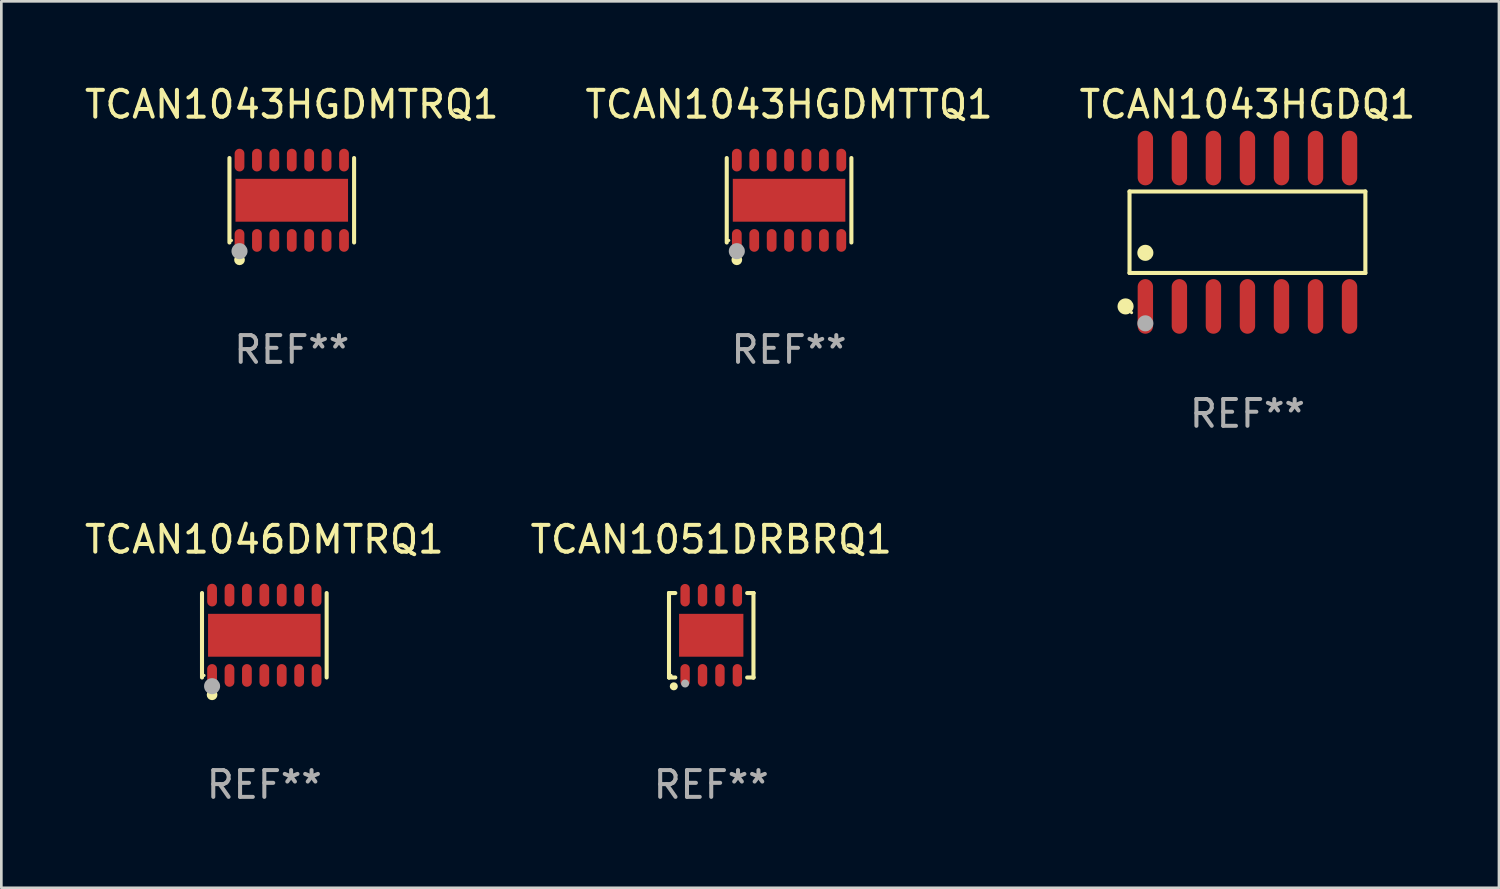
<source format=kicad_pcb>
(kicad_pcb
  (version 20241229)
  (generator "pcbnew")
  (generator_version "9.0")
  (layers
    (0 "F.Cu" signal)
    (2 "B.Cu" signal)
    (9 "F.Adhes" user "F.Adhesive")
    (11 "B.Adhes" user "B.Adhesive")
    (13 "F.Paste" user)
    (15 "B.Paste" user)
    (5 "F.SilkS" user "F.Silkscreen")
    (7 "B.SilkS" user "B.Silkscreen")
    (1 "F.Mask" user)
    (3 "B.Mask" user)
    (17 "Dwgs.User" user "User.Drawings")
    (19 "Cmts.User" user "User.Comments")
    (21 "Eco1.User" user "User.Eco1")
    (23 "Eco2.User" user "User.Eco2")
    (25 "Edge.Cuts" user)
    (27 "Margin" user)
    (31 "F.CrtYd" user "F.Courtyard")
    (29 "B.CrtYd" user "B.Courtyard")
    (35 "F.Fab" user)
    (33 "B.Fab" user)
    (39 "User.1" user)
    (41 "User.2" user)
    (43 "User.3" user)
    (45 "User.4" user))
  (footprint "TCAN1043HGDMTRQ1"
    (layer "F.Cu")
    (at 7.839 4.424)
    (property "Reference" "TCAN1043HGDMTRQ1" (at 0 -3.576 0) (layer "F.SilkS") (effects (font (size 1 1) (thickness 0.15))))
    (attr through_hole)
    (fp_line (start -2.326 1.576) (end -2.326 -1.576) (stroke (width 0.152) (type solid)) (layer "F.SilkS"))
    (fp_line (start 2.326 -1.576) (end 2.326 1.576) (stroke (width 0.152) (type solid)) (layer "F.SilkS"))
    (fp_circle (center -2.25 1.5) (end -2.22 1.5) (stroke (width 0.06) (type solid)) (fill no) (layer "F.SilkS"))
    (fp_circle (center -1.95 2.222) (end -1.85 2.222) (stroke (width 0.2) (type solid)) (fill no) (layer "F.SilkS"))
    (fp_circle (center -1.95 1.9) (end -1.8 1.9) (stroke (width 0.3) (type solid)) (fill no) (layer "F.Fab"))
    (fp_text user "REF**" (at 0 5.576 0) (layer "F.Fab") (effects (font (size 1 1) (thickness 0.15))))
    (pad "1" smd oval (at -1.95 1.499) (size 0.364 0.847) (layers "F.Cu" "F.Mask" "F.Paste"))
    (pad "2" smd oval (at -1.3 1.499) (size 0.364 0.847) (layers "F.Cu" "F.Mask" "F.Paste"))
    (pad "3" smd oval (at -0.65 1.499) (size 0.364 0.847) (layers "F.Cu" "F.Mask" "F.Paste"))
    (pad "4" smd oval (at 0 1.499) (size 0.364 0.847) (layers "F.Cu" "F.Mask" "F.Paste"))
    (pad "5" smd oval (at 0.65 1.499) (size 0.364 0.847) (layers "F.Cu" "F.Mask" "F.Paste"))
    (pad "6" smd oval (at 1.3 1.499) (size 0.364 0.847) (layers "F.Cu" "F.Mask" "F.Paste"))
    (pad "7" smd oval (at 1.95 1.499) (size 0.364 0.847) (layers "F.Cu" "F.Mask" "F.Paste"))
    (pad "8" smd oval (at 1.95 -1.499) (size 0.364 0.847) (layers "F.Cu" "F.Mask" "F.Paste"))
    (pad "9" smd oval (at 1.3 -1.499) (size 0.364 0.847) (layers "F.Cu" "F.Mask" "F.Paste"))
    (pad "10" smd oval (at 0.65 -1.499) (size 0.364 0.847) (layers "F.Cu" "F.Mask" "F.Paste"))
    (pad "11" smd oval (at 0 -1.499) (size 0.364 0.847) (layers "F.Cu" "F.Mask" "F.Paste"))
    (pad "12" smd oval (at -0.65 -1.499) (size 0.364 0.847) (layers "F.Cu" "F.Mask" "F.Paste"))
    (pad "13" smd oval (at -1.3 -1.499) (size 0.364 0.847) (layers "F.Cu" "F.Mask" "F.Paste"))
    (pad "14" smd oval (at -1.95 -1.499) (size 0.364 0.847) (layers "F.Cu" "F.Mask" "F.Paste"))
    (pad "15" smd rect (at 0 0) (size 4.2 1.6) (layers "F.Cu" "F.Mask" "F.Paste")))
  (footprint "TCAN1043HGDMTTQ1"
    (layer "F.Cu")
    (at 26.399 4.424)
    (property "Reference" "TCAN1043HGDMTTQ1" (at 0 -3.576 0) (layer "F.SilkS") (effects (font (size 1 1) (thickness 0.15))))
    (attr through_hole)
    (fp_line (start -2.326 1.576) (end -2.326 -1.576) (stroke (width 0.152) (type solid)) (layer "F.SilkS"))
    (fp_line (start 2.326 -1.576) (end 2.326 1.576) (stroke (width 0.152) (type solid)) (layer "F.SilkS"))
    (fp_circle (center -2.25 1.5) (end -2.22 1.5) (stroke (width 0.06) (type solid)) (fill no) (layer "F.SilkS"))
    (fp_circle (center -1.95 2.222) (end -1.85 2.222) (stroke (width 0.2) (type solid)) (fill no) (layer "F.SilkS"))
    (fp_circle (center -1.95 1.9) (end -1.8 1.9) (stroke (width 0.3) (type solid)) (fill no) (layer "F.Fab"))
    (fp_text user "REF**" (at 0 5.576 0) (layer "F.Fab") (effects (font (size 1 1) (thickness 0.15))))
    (pad "1" smd oval (at -1.95 1.499) (size 0.364 0.847) (layers "F.Cu" "F.Mask" "F.Paste"))
    (pad "2" smd oval (at -1.3 1.499) (size 0.364 0.847) (layers "F.Cu" "F.Mask" "F.Paste"))
    (pad "3" smd oval (at -0.65 1.499) (size 0.364 0.847) (layers "F.Cu" "F.Mask" "F.Paste"))
    (pad "4" smd oval (at 0 1.499) (size 0.364 0.847) (layers "F.Cu" "F.Mask" "F.Paste"))
    (pad "5" smd oval (at 0.65 1.499) (size 0.364 0.847) (layers "F.Cu" "F.Mask" "F.Paste"))
    (pad "6" smd oval (at 1.3 1.499) (size 0.364 0.847) (layers "F.Cu" "F.Mask" "F.Paste"))
    (pad "7" smd oval (at 1.95 1.499) (size 0.364 0.847) (layers "F.Cu" "F.Mask" "F.Paste"))
    (pad "8" smd oval (at 1.95 -1.499) (size 0.364 0.847) (layers "F.Cu" "F.Mask" "F.Paste"))
    (pad "9" smd oval (at 1.3 -1.499) (size 0.364 0.847) (layers "F.Cu" "F.Mask" "F.Paste"))
    (pad "10" smd oval (at 0.65 -1.499) (size 0.364 0.847) (layers "F.Cu" "F.Mask" "F.Paste"))
    (pad "11" smd oval (at 0 -1.499) (size 0.364 0.847) (layers "F.Cu" "F.Mask" "F.Paste"))
    (pad "12" smd oval (at -0.65 -1.499) (size 0.364 0.847) (layers "F.Cu" "F.Mask" "F.Paste"))
    (pad "13" smd oval (at -1.3 -1.499) (size 0.364 0.847) (layers "F.Cu" "F.Mask" "F.Paste"))
    (pad "14" smd oval (at -1.95 -1.499) (size 0.364 0.847) (layers "F.Cu" "F.Mask" "F.Paste"))
    (pad "15" smd rect (at 0 0) (size 4.2 1.6) (layers "F.Cu" "F.Mask" "F.Paste")))
  (footprint "TCAN1051DRBRQ1"
    (layer "F.Cu")
    (at 23.494 20.659)
    (property "Reference" "TCAN1051DRBRQ1" (at 0 -3.576 0) (layer "F.SilkS") (effects (font (size 1 1) (thickness 0.15))))
    (attr through_hole)
    (fp_line (start -1.576 -1.576) (end -1.576 -1.576) (stroke (width 0.152) (type solid)) (layer "F.SilkS"))
    (fp_line (start -1.576 -1.576) (end -1.341 -1.576) (stroke (width 0.152) (type solid)) (layer "F.SilkS"))
    (fp_line (start -1.576 1.576) (end -1.576 -1.576) (stroke (width 0.152) (type solid)) (layer "F.SilkS"))
    (fp_line (start -1.576 1.576) (end -1.576 1.576) (stroke (width 0.152) (type solid)) (layer "F.SilkS"))
    (fp_line (start -1.341 1.576) (end -1.576 1.576) (stroke (width 0.152) (type solid)) (layer "F.SilkS"))
    (fp_line (start 1.341 1.576) (end 1.576 1.576) (stroke (width 0.152) (type solid)) (layer "F.SilkS"))
    (fp_line (start 1.576 -1.576) (end 1.341 -1.576) (stroke (width 0.152) (type solid)) (layer "F.SilkS"))
    (fp_line (start 1.576 -1.576) (end 1.576 -1.576) (stroke (width 0.152) (type solid)) (layer "F.SilkS"))
    (fp_line (start 1.576 1.576) (end 1.576 -1.576) (stroke (width 0.152) (type solid)) (layer "F.SilkS"))
    (fp_line (start 1.576 1.576) (end 1.576 1.576) (stroke (width 0.152) (type solid)) (layer "F.SilkS"))
    (fp_circle (center -1.5 1.5) (end -1.47 1.5) (stroke (width 0.06) (type solid)) (fill no) (layer "F.SilkS"))
    (fp_circle (center -1.397 1.905) (end -1.322 1.905) (stroke (width 0.15) (type solid)) (fill no) (layer "F.SilkS"))
    (fp_circle (center -0.975 1.8) (end -0.9 1.8) (stroke (width 0.15) (type solid)) (fill no) (layer "F.Fab"))
    (fp_text user "REF**" (at 0 5.576 0) (layer "F.Fab") (effects (font (size 1 1) (thickness 0.15))))
    (pad "1" smd oval (at -0.975 1.495) (size 0.35 0.84) (layers "F.Cu" "F.Mask" "F.Paste"))
    (pad "2" smd oval (at -0.325 1.495) (size 0.35 0.84) (layers "F.Cu" "F.Mask" "F.Paste"))
    (pad "3" smd oval (at 0.325 1.495) (size 0.35 0.84) (layers "F.Cu" "F.Mask" "F.Paste"))
    (pad "4" smd oval (at 0.975 1.495) (size 0.35 0.84) (layers "F.Cu" "F.Mask" "F.Paste"))
    (pad "5" smd oval (at 0.975 -1.495) (size 0.35 0.84) (layers "F.Cu" "F.Mask" "F.Paste"))
    (pad "6" smd oval (at 0.325 -1.495) (size 0.35 0.84) (layers "F.Cu" "F.Mask" "F.Paste"))
    (pad "7" smd oval (at -0.325 -1.495) (size 0.35 0.84) (layers "F.Cu" "F.Mask" "F.Paste"))
    (pad "8" smd oval (at -0.975 -1.495) (size 0.35 0.84) (layers "F.Cu" "F.Mask" "F.Paste"))
    (pad "9" smd rect (at 0 0) (size 2.4 1.6) (layers "F.Cu" "F.Mask" "F.Paste")))
  (footprint "TCAN1046DMTRQ1"
    (layer "F.Cu")
    (at 6.815 20.659)
    (property "Reference" "TCAN1046DMTRQ1" (at 0 -3.576 0) (layer "F.SilkS") (effects (font (size 1 1) (thickness 0.15))))
    (attr through_hole)
    (fp_line (start -2.326 1.576) (end -2.326 -1.576) (stroke (width 0.152) (type solid)) (layer "F.SilkS"))
    (fp_line (start 2.326 -1.576) (end 2.326 1.576) (stroke (width 0.152) (type solid)) (layer "F.SilkS"))
    (fp_circle (center -2.25 1.5) (end -2.22 1.5) (stroke (width 0.06) (type solid)) (fill no) (layer "F.SilkS"))
    (fp_circle (center -1.95 2.222) (end -1.85 2.222) (stroke (width 0.2) (type solid)) (fill no) (layer "F.SilkS"))
    (fp_circle (center -1.95 1.9) (end -1.8 1.9) (stroke (width 0.3) (type solid)) (fill no) (layer "F.Fab"))
    (fp_text user "REF**" (at 0 5.576 0) (layer "F.Fab") (effects (font (size 1 1) (thickness 0.15))))
    (pad "1" smd oval (at -1.95 1.499) (size 0.364 0.847) (layers "F.Cu" "F.Mask" "F.Paste"))
    (pad "2" smd oval (at -1.3 1.499) (size 0.364 0.847) (layers "F.Cu" "F.Mask" "F.Paste"))
    (pad "3" smd oval (at -0.65 1.499) (size 0.364 0.847) (layers "F.Cu" "F.Mask" "F.Paste"))
    (pad "4" smd oval (at 0 1.499) (size 0.364 0.847) (layers "F.Cu" "F.Mask" "F.Paste"))
    (pad "5" smd oval (at 0.65 1.499) (size 0.364 0.847) (layers "F.Cu" "F.Mask" "F.Paste"))
    (pad "6" smd oval (at 1.3 1.499) (size 0.364 0.847) (layers "F.Cu" "F.Mask" "F.Paste"))
    (pad "7" smd oval (at 1.95 1.499) (size 0.364 0.847) (layers "F.Cu" "F.Mask" "F.Paste"))
    (pad "8" smd oval (at 1.95 -1.499) (size 0.364 0.847) (layers "F.Cu" "F.Mask" "F.Paste"))
    (pad "9" smd oval (at 1.3 -1.499) (size 0.364 0.847) (layers "F.Cu" "F.Mask" "F.Paste"))
    (pad "10" smd oval (at 0.65 -1.499) (size 0.364 0.847) (layers "F.Cu" "F.Mask" "F.Paste"))
    (pad "11" smd oval (at 0 -1.499) (size 0.364 0.847) (layers "F.Cu" "F.Mask" "F.Paste"))
    (pad "12" smd oval (at -0.65 -1.499) (size 0.364 0.847) (layers "F.Cu" "F.Mask" "F.Paste"))
    (pad "13" smd oval (at -1.3 -1.499) (size 0.364 0.847) (layers "F.Cu" "F.Mask" "F.Paste"))
    (pad "14" smd oval (at -1.95 -1.499) (size 0.364 0.847) (layers "F.Cu" "F.Mask" "F.Paste"))
    (pad "15" smd rect (at 0 0) (size 4.2 1.6) (layers "F.Cu" "F.Mask" "F.Paste")))
  (footprint "TCAN1043HGDQ1"
    (layer "F.Cu")
    (at 43.506 5.617)
    (property "Reference" "TCAN1043HGDQ1" (at 0 -4.769 0) (layer "F.SilkS") (effects (font (size 1 1) (thickness 0.15))))
    (attr through_hole)
    (fp_line (start -4.401 -1.521) (end 4.401 -1.521) (stroke (width 0.152) (type solid)) (layer "F.SilkS"))
    (fp_line (start -4.401 1.521) (end -4.401 -1.521) (stroke (width 0.152) (type solid)) (layer "F.SilkS"))
    (fp_line (start 4.401 -1.521) (end 4.401 1.521) (stroke (width 0.152) (type solid)) (layer "F.SilkS"))
    (fp_line (start 4.401 1.521) (end -4.401 1.521) (stroke (width 0.152) (type solid)) (layer "F.SilkS"))
    (fp_circle (center -4.549 2.769) (end -4.399 2.769) (stroke (width 0.3) (type solid)) (fill no) (layer "F.SilkS"))
    (fp_circle (center -4.325 3) (end -4.295 3) (stroke (width 0.06) (type solid)) (fill no) (layer "F.SilkS"))
    (fp_circle (center -3.81 0.769) (end -3.66 0.769) (stroke (width 0.3) (type solid)) (fill no) (layer "F.SilkS"))
    (fp_circle (center -3.81 3.4) (end -3.66 3.4) (stroke (width 0.3) (type solid)) (fill no) (layer "F.Fab"))
    (fp_text user "REF**" (at 0 6.769 0) (layer "F.Fab") (effects (font (size 1 1) (thickness 0.15))))
    (pad "1" smd oval (at -3.81 2.769) (size 0.574 2.038) (layers "F.Cu" "F.Mask" "F.Paste"))
    (pad "2" smd oval (at -2.54 2.769) (size 0.574 2.038) (layers "F.Cu" "F.Mask" "F.Paste"))
    (pad "3" smd oval (at -1.27 2.769) (size 0.574 2.038) (layers "F.Cu" "F.Mask" "F.Paste"))
    (pad "4" smd oval (at 0 2.769) (size 0.574 2.038) (layers "F.Cu" "F.Mask" "F.Paste"))
    (pad "5" smd oval (at 1.27 2.769) (size 0.574 2.038) (layers "F.Cu" "F.Mask" "F.Paste"))
    (pad "6" smd oval (at 2.54 2.769) (size 0.574 2.038) (layers "F.Cu" "F.Mask" "F.Paste"))
    (pad "7" smd oval (at 3.81 2.769) (size 0.574 2.038) (layers "F.Cu" "F.Mask" "F.Paste"))
    (pad "8" smd oval (at 3.81 -2.769) (size 0.574 2.038) (layers "F.Cu" "F.Mask" "F.Paste"))
    (pad "9" smd oval (at 2.54 -2.769) (size 0.574 2.038) (layers "F.Cu" "F.Mask" "F.Paste"))
    (pad "10" smd oval (at 1.27 -2.769) (size 0.574 2.038) (layers "F.Cu" "F.Mask" "F.Paste"))
    (pad "11" smd oval (at 0 -2.769) (size 0.574 2.038) (layers "F.Cu" "F.Mask" "F.Paste"))
    (pad "12" smd oval (at -1.27 -2.769) (size 0.574 2.038) (layers "F.Cu" "F.Mask" "F.Paste"))
    (pad "13" smd oval (at -2.54 -2.769) (size 0.574 2.038) (layers "F.Cu" "F.Mask" "F.Paste"))
    (pad "14" smd oval (at -3.81 -2.769) (size 0.574 2.038) (layers "F.Cu" "F.Mask" "F.Paste")))
  (gr_rect
    (start -3 -3)
    (end 52.893 30.084)
    (stroke (width 0.1) (type default))
    (fill no)
    (layer "Edge.Cuts")))
</source>
